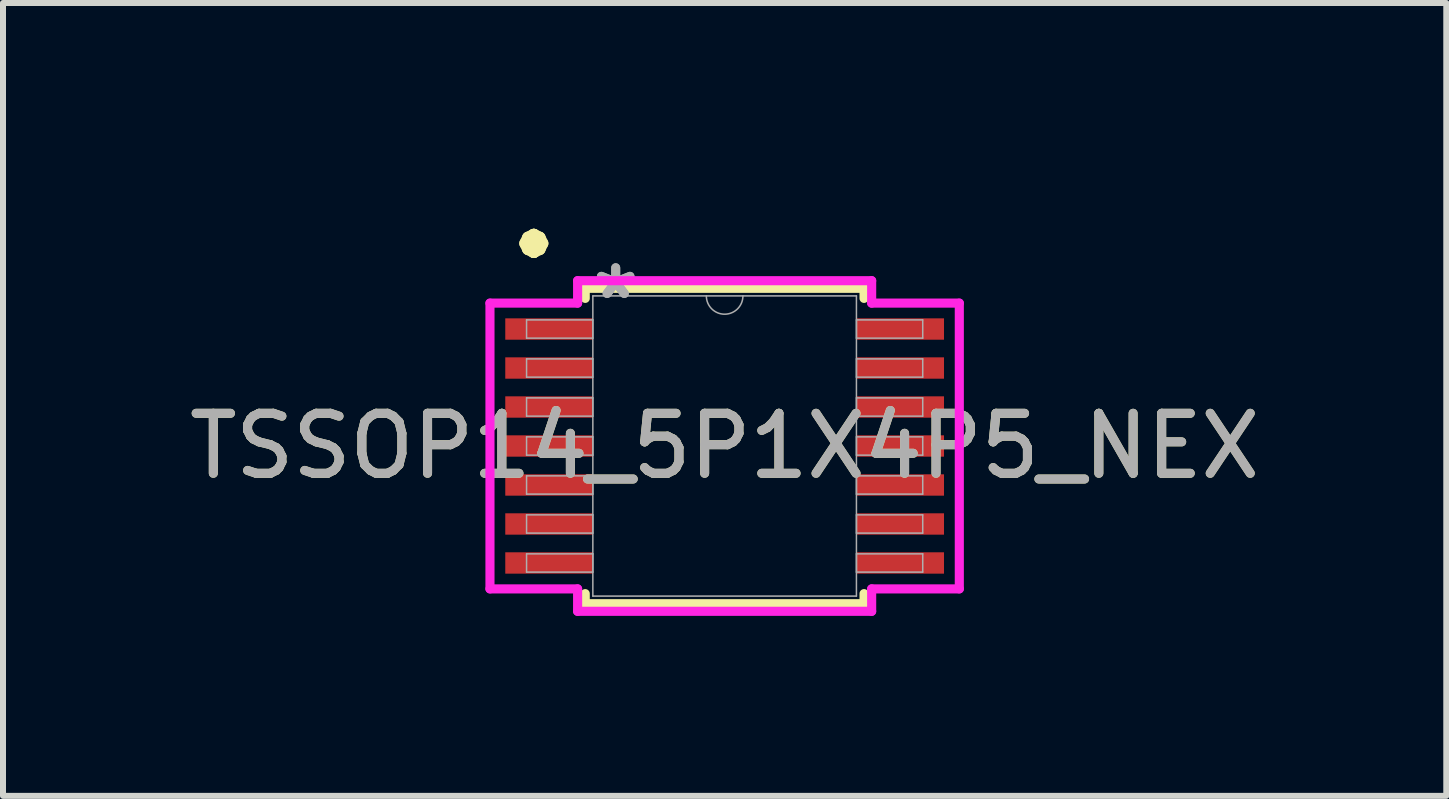
<source format=kicad_pcb>
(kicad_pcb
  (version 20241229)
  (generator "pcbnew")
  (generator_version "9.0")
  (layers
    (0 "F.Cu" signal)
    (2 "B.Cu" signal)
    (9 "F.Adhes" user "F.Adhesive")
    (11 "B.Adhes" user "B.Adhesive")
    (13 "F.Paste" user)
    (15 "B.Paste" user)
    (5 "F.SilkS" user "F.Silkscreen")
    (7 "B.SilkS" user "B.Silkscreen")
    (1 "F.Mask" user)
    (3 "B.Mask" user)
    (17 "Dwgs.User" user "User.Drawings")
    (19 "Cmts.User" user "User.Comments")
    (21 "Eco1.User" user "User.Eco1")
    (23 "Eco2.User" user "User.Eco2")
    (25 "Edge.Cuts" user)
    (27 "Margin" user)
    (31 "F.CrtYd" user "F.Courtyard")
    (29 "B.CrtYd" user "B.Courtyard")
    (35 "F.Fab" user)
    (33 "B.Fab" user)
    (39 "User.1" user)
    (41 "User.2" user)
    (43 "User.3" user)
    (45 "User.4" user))
  (footprint "TSSOP14_5P1X4P5_NEX"
    (layer "F.Cu")
    (at 9.03 4.385)
    (property "Reference" "TSSOP14_5P1X4P5_NEX" (at 0 0 0) (unlocked yes) (layer "F.SilkS") (effects (font (size 1 1) (thickness 0.15))))
    (attr smd)
    (fp_line (start -2.324 -2.629) (end -2.324 -2.461) (stroke (width 0.152) (type solid)) (layer "F.SilkS"))
    (fp_line (start -2.324 2.461) (end -2.324 2.629) (stroke (width 0.152) (type solid)) (layer "F.SilkS"))
    (fp_line (start -2.324 2.629) (end 2.324 2.629) (stroke (width 0.152) (type solid)) (layer "F.SilkS"))
    (fp_line (start 2.324 -2.629) (end -2.324 -2.629) (stroke (width 0.152) (type solid)) (layer "F.SilkS"))
    (fp_line (start 2.324 -2.461) (end 2.324 -2.629) (stroke (width 0.152) (type solid)) (layer "F.SilkS"))
    (fp_line (start 2.324 2.629) (end 2.324 2.461) (stroke (width 0.152) (type solid)) (layer "F.SilkS"))
    (fp_line (start -3.912 -2.382) (end -2.451 -2.382) (stroke (width 0.152) (type solid)) (layer "F.CrtYd"))
    (fp_line (start -3.912 2.382) (end -3.912 -2.382) (stroke (width 0.152) (type solid)) (layer "F.CrtYd"))
    (fp_line (start -3.912 2.382) (end -2.451 2.382) (stroke (width 0.152) (type solid)) (layer "F.CrtYd"))
    (fp_line (start -2.451 -2.756) (end 2.451 -2.756) (stroke (width 0.152) (type solid)) (layer "F.CrtYd"))
    (fp_line (start -2.451 -2.382) (end -2.451 -2.756) (stroke (width 0.152) (type solid)) (layer "F.CrtYd"))
    (fp_line (start -2.451 2.756) (end -2.451 2.382) (stroke (width 0.152) (type solid)) (layer "F.CrtYd"))
    (fp_line (start 2.451 -2.756) (end 2.451 -2.382) (stroke (width 0.152) (type solid)) (layer "F.CrtYd"))
    (fp_line (start 2.451 2.382) (end 2.451 2.756) (stroke (width 0.152) (type solid)) (layer "F.CrtYd"))
    (fp_line (start 2.451 2.756) (end -2.451 2.756) (stroke (width 0.152) (type solid)) (layer "F.CrtYd"))
    (fp_line (start 3.912 -2.382) (end 2.451 -2.382) (stroke (width 0.152) (type solid)) (layer "F.CrtYd"))
    (fp_line (start 3.912 -2.382) (end 3.912 2.382) (stroke (width 0.152) (type solid)) (layer "F.CrtYd"))
    (fp_line (start 3.912 2.382) (end 2.451 2.382) (stroke (width 0.152) (type solid)) (layer "F.CrtYd"))
    (fp_line (start -3.302 -2.102) (end -3.302 -1.798) (stroke (width 0.025) (type solid)) (layer "F.Fab"))
    (fp_line (start -3.302 -1.798) (end -2.197 -1.798) (stroke (width 0.025) (type solid)) (layer "F.Fab"))
    (fp_line (start -3.302 -1.452) (end -3.302 -1.148) (stroke (width 0.025) (type solid)) (layer "F.Fab"))
    (fp_line (start -3.302 -1.148) (end -2.197 -1.148) (stroke (width 0.025) (type solid)) (layer "F.Fab"))
    (fp_line (start -3.302 -0.802) (end -3.302 -0.498) (stroke (width 0.025) (type solid)) (layer "F.Fab"))
    (fp_line (start -3.302 -0.498) (end -2.197 -0.498) (stroke (width 0.025) (type solid)) (layer "F.Fab"))
    (fp_line (start -3.302 -0.152) (end -3.302 0.152) (stroke (width 0.025) (type solid)) (layer "F.Fab"))
    (fp_line (start -3.302 0.152) (end -2.197 0.152) (stroke (width 0.025) (type solid)) (layer "F.Fab"))
    (fp_line (start -3.302 0.498) (end -3.302 0.802) (stroke (width 0.025) (type solid)) (layer "F.Fab"))
    (fp_line (start -3.302 0.802) (end -2.197 0.802) (stroke (width 0.025) (type solid)) (layer "F.Fab"))
    (fp_line (start -3.302 1.148) (end -3.302 1.452) (stroke (width 0.025) (type solid)) (layer "F.Fab"))
    (fp_line (start -3.302 1.452) (end -2.197 1.452) (stroke (width 0.025) (type solid)) (layer "F.Fab"))
    (fp_line (start -3.302 1.798) (end -3.302 2.102) (stroke (width 0.025) (type solid)) (layer "F.Fab"))
    (fp_line (start -3.302 2.102) (end -2.197 2.102) (stroke (width 0.025) (type solid)) (layer "F.Fab"))
    (fp_line (start -2.197 -2.502) (end -2.197 2.502) (stroke (width 0.025) (type solid)) (layer "F.Fab"))
    (fp_line (start -2.197 -2.102) (end -3.302 -2.102) (stroke (width 0.025) (type solid)) (layer "F.Fab"))
    (fp_line (start -2.197 -1.798) (end -2.197 -2.102) (stroke (width 0.025) (type solid)) (layer "F.Fab"))
    (fp_line (start -2.197 -1.452) (end -3.302 -1.452) (stroke (width 0.025) (type solid)) (layer "F.Fab"))
    (fp_line (start -2.197 -1.148) (end -2.197 -1.452) (stroke (width 0.025) (type solid)) (layer "F.Fab"))
    (fp_line (start -2.197 -0.802) (end -3.302 -0.802) (stroke (width 0.025) (type solid)) (layer "F.Fab"))
    (fp_line (start -2.197 -0.498) (end -2.197 -0.802) (stroke (width 0.025) (type solid)) (layer "F.Fab"))
    (fp_line (start -2.197 -0.152) (end -3.302 -0.152) (stroke (width 0.025) (type solid)) (layer "F.Fab"))
    (fp_line (start -2.197 0.152) (end -2.197 -0.152) (stroke (width 0.025) (type solid)) (layer "F.Fab"))
    (fp_line (start -2.197 0.498) (end -3.302 0.498) (stroke (width 0.025) (type solid)) (layer "F.Fab"))
    (fp_line (start -2.197 0.802) (end -2.197 0.498) (stroke (width 0.025) (type solid)) (layer "F.Fab"))
    (fp_line (start -2.197 1.148) (end -3.302 1.148) (stroke (width 0.025) (type solid)) (layer "F.Fab"))
    (fp_line (start -2.197 1.452) (end -2.197 1.148) (stroke (width 0.025) (type solid)) (layer "F.Fab"))
    (fp_line (start -2.197 1.798) (end -3.302 1.798) (stroke (width 0.025) (type solid)) (layer "F.Fab"))
    (fp_line (start -2.197 2.102) (end -2.197 1.798) (stroke (width 0.025) (type solid)) (layer "F.Fab"))
    (fp_line (start -2.197 2.502) (end 2.197 2.502) (stroke (width 0.025) (type solid)) (layer "F.Fab"))
    (fp_line (start 2.197 -2.502) (end -2.197 -2.502) (stroke (width 0.025) (type solid)) (layer "F.Fab"))
    (fp_line (start 2.197 -2.102) (end 2.197 -1.798) (stroke (width 0.025) (type solid)) (layer "F.Fab"))
    (fp_line (start 2.197 -1.798) (end 3.302 -1.798) (stroke (width 0.025) (type solid)) (layer "F.Fab"))
    (fp_line (start 2.197 -1.452) (end 2.197 -1.148) (stroke (width 0.025) (type solid)) (layer "F.Fab"))
    (fp_line (start 2.197 -1.148) (end 3.302 -1.148) (stroke (width 0.025) (type solid)) (layer "F.Fab"))
    (fp_line (start 2.197 -0.802) (end 2.197 -0.498) (stroke (width 0.025) (type solid)) (layer "F.Fab"))
    (fp_line (start 2.197 -0.498) (end 3.302 -0.498) (stroke (width 0.025) (type solid)) (layer "F.Fab"))
    (fp_line (start 2.197 -0.152) (end 2.197 0.152) (stroke (width 0.025) (type solid)) (layer "F.Fab"))
    (fp_line (start 2.197 0.152) (end 3.302 0.152) (stroke (width 0.025) (type solid)) (layer "F.Fab"))
    (fp_line (start 2.197 0.498) (end 2.197 0.802) (stroke (width 0.025) (type solid)) (layer "F.Fab"))
    (fp_line (start 2.197 0.802) (end 3.302 0.802) (stroke (width 0.025) (type solid)) (layer "F.Fab"))
    (fp_line (start 2.197 1.148) (end 2.197 1.452) (stroke (width 0.025) (type solid)) (layer "F.Fab"))
    (fp_line (start 2.197 1.452) (end 3.302 1.452) (stroke (width 0.025) (type solid)) (layer "F.Fab"))
    (fp_line (start 2.197 1.798) (end 2.197 2.102) (stroke (width 0.025) (type solid)) (layer "F.Fab"))
    (fp_line (start 2.197 2.102) (end 3.302 2.102) (stroke (width 0.025) (type solid)) (layer "F.Fab"))
    (fp_line (start 2.197 2.502) (end 2.197 -2.502) (stroke (width 0.025) (type solid)) (layer "F.Fab"))
    (fp_line (start 3.302 -2.102) (end 2.197 -2.102) (stroke (width 0.025) (type solid)) (layer "F.Fab"))
    (fp_line (start 3.302 -1.798) (end 3.302 -2.102) (stroke (width 0.025) (type solid)) (layer "F.Fab"))
    (fp_line (start 3.302 -1.452) (end 2.197 -1.452) (stroke (width 0.025) (type solid)) (layer "F.Fab"))
    (fp_line (start 3.302 -1.148) (end 3.302 -1.452) (stroke (width 0.025) (type solid)) (layer "F.Fab"))
    (fp_line (start 3.302 -0.802) (end 2.197 -0.802) (stroke (width 0.025) (type solid)) (layer "F.Fab"))
    (fp_line (start 3.302 -0.498) (end 3.302 -0.802) (stroke (width 0.025) (type solid)) (layer "F.Fab"))
    (fp_line (start 3.302 -0.152) (end 2.197 -0.152) (stroke (width 0.025) (type solid)) (layer "F.Fab"))
    (fp_line (start 3.302 0.152) (end 3.302 -0.152) (stroke (width 0.025) (type solid)) (layer "F.Fab"))
    (fp_line (start 3.302 0.498) (end 2.197 0.498) (stroke (width 0.025) (type solid)) (layer "F.Fab"))
    (fp_line (start 3.302 0.802) (end 3.302 0.498) (stroke (width 0.025) (type solid)) (layer "F.Fab"))
    (fp_line (start 3.302 1.148) (end 2.197 1.148) (stroke (width 0.025) (type solid)) (layer "F.Fab"))
    (fp_line (start 3.302 1.452) (end 3.302 1.148) (stroke (width 0.025) (type solid)) (layer "F.Fab"))
    (fp_line (start 3.302 1.798) (end 2.197 1.798) (stroke (width 0.025) (type solid)) (layer "F.Fab"))
    (fp_line (start 3.302 2.102) (end 3.302 1.798) (stroke (width 0.025) (type solid)) (layer "F.Fab"))
    (fp_arc (start 0.3048 -2.5019) (mid 0 -2.1971) (end -0.3048 -2.5019) (stroke (width 0.0254) (type solid)) (layer "F.Fab"))
    (fp_text user "•" (at -3.181 -3.449 0) (unlocked yes) (layer "F.SilkS") (effects (font (size 1 1) (thickness 0.2) (bold yes))))
    (fp_text user "${REFERENCE}" (at 0 0 0) (unlocked yes) (layer "F.Fab") (effects (font (size 1 1) (thickness 0.15))))
    (fp_text user "*" (at -1.816 -2.426 0) (unlocked yes) (layer "F.Fab") (effects (font (size 1 1) (thickness 0.15))))
    (fp_text user "*" (at -1.816 -2.426 0) (layer "F.Fab") (effects (font (size 1 1) (thickness 0.15))))
    (pad "1" smd rect (at -2.927 -1.95) (size 1.46 0.356) (layers "F.Cu" "F.Mask" "F.Paste"))
    (pad "2" smd rect (at -2.927 -1.3) (size 1.46 0.356) (layers "F.Cu" "F.Mask" "F.Paste"))
    (pad "3" smd rect (at -2.927 -0.65) (size 1.46 0.356) (layers "F.Cu" "F.Mask" "F.Paste"))
    (pad "4" smd rect (at -2.927 0) (size 1.46 0.356) (layers "F.Cu" "F.Mask" "F.Paste"))
    (pad "5" smd rect (at -2.927 0.65) (size 1.46 0.356) (layers "F.Cu" "F.Mask" "F.Paste"))
    (pad "6" smd rect (at -2.927 1.3) (size 1.46 0.356) (layers "F.Cu" "F.Mask" "F.Paste"))
    (pad "7" smd rect (at -2.927 1.95) (size 1.46 0.356) (layers "F.Cu" "F.Mask" "F.Paste"))
    (pad "8" smd rect (at 2.927 1.95) (size 1.46 0.356) (layers "F.Cu" "F.Mask" "F.Paste"))
    (pad "9" smd rect (at 2.927 1.3) (size 1.46 0.356) (layers "F.Cu" "F.Mask" "F.Paste"))
    (pad "10" smd rect (at 2.927 0.65) (size 1.46 0.356) (layers "F.Cu" "F.Mask" "F.Paste"))
    (pad "11" smd rect (at 2.927 0) (size 1.46 0.356) (layers "F.Cu" "F.Mask" "F.Paste"))
    (pad "12" smd rect (at 2.927 -0.65) (size 1.46 0.356) (layers "F.Cu" "F.Mask" "F.Paste"))
    (pad "13" smd rect (at 2.927 -1.3) (size 1.46 0.356) (layers "F.Cu" "F.Mask" "F.Paste"))
    (pad "14" smd rect (at 2.927 -1.95) (size 1.46 0.356) (layers "F.Cu" "F.Mask" "F.Paste")))
  (gr_rect
    (start -3 -3)
    (end 21.06 10.217)
    (stroke (width 0.1) (type default))
    (fill no)
    (layer "Edge.Cuts")))
</source>
